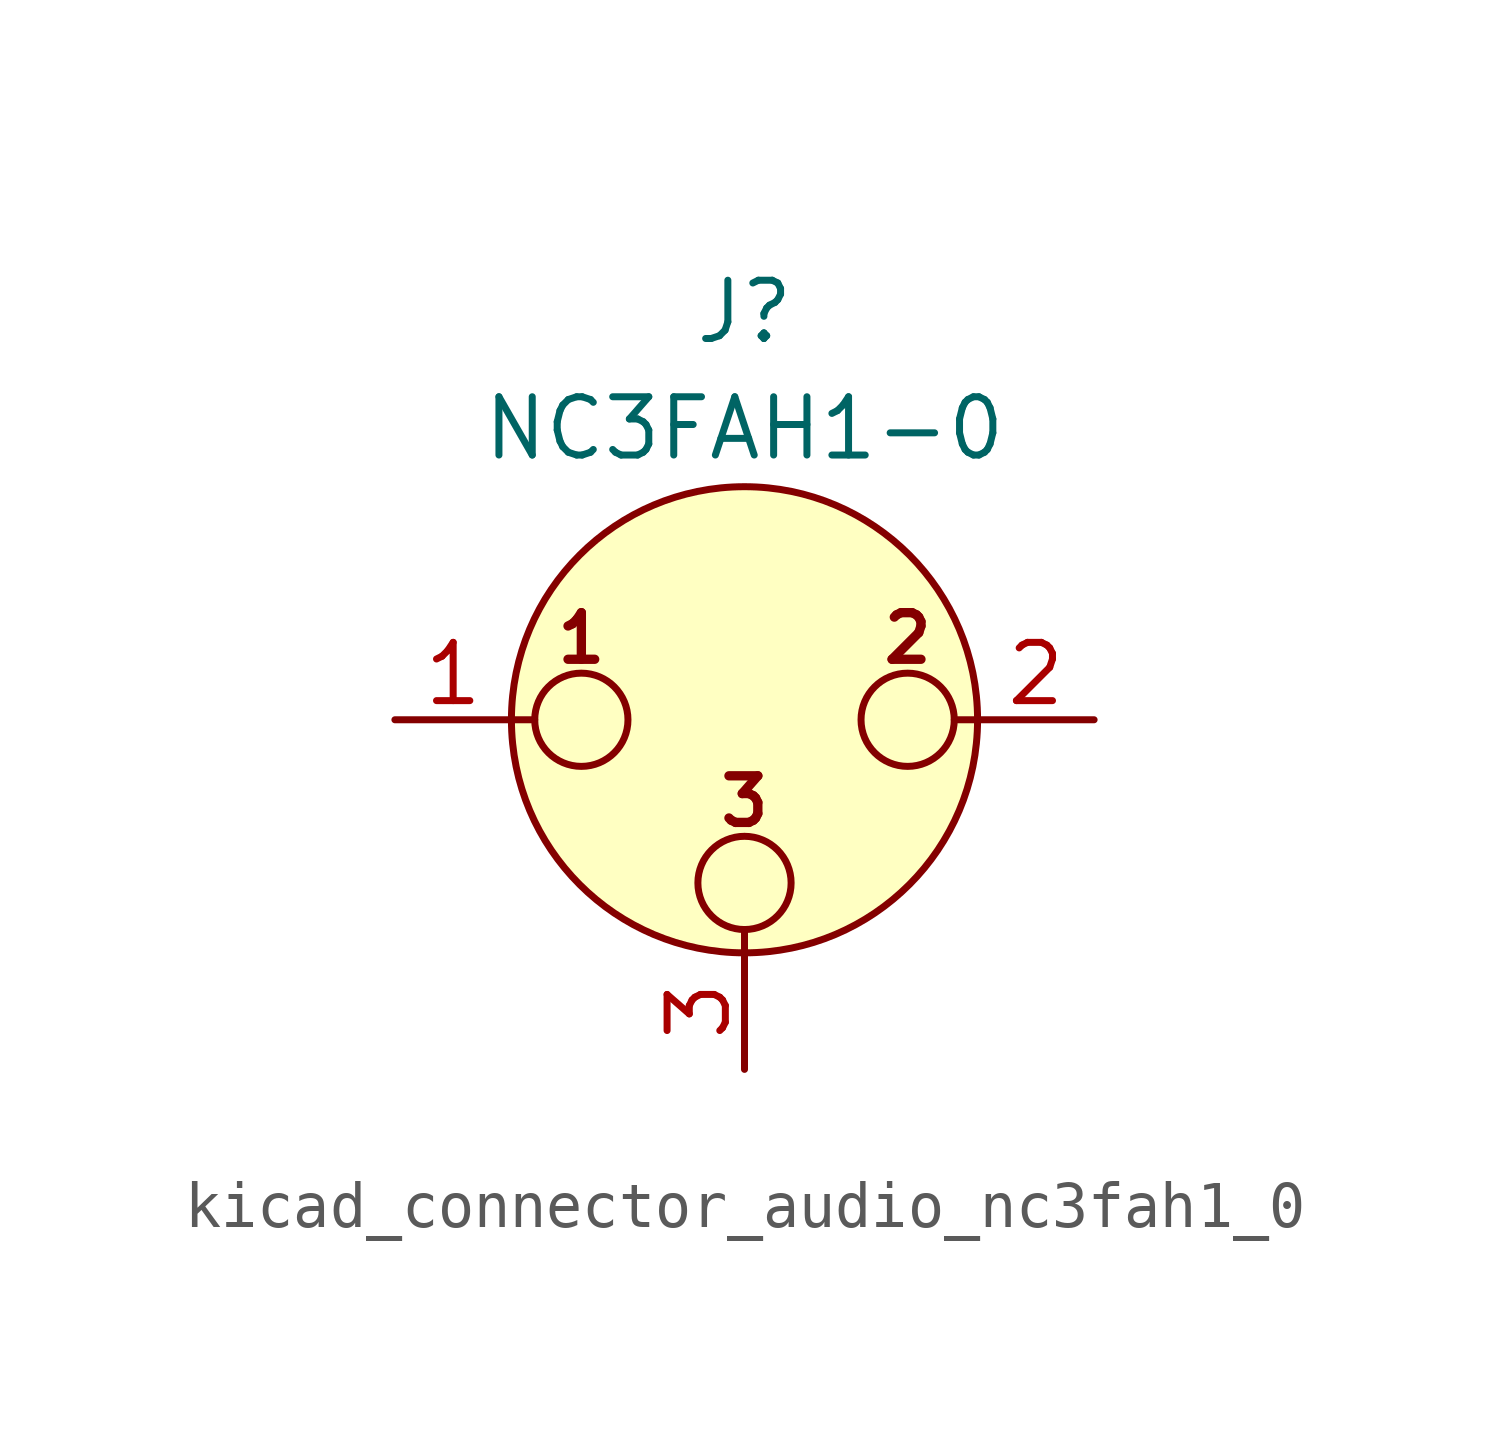
<source format=kicad_sym>
(kicad_symbol_lib
  (version 20220914)
  (generator kicad_symbol_editor)
  (symbol "kicad_connector_audio_nc3fah1_0"
    (pin_names hide)
    (property "Reference" "J"
      (at 0 8.89 0)
      (effects (font (size 1.27 1.27))))
    (property "Value" "NC3FAH1-0"
      (at 0 6.35 0)
      (effects (font (size 1.27 1.27))))
    (symbol "kicad_connector_audio_nc3fah1_0_0_1"
      (circle (center -3.556 0) (radius 1.016) (stroke (width 0) (type default)) (fill (type none)))
      (circle (center 0 -3.556) (radius 1.016) (stroke (width 0) (type default)) (fill (type none)))
      (polyline (pts (xy -5.08 0) (xy -4.572 0)) (stroke (width 0) (type default)) (fill (type none)))
      (polyline (pts (xy 0 -5.08) (xy 0 -4.572)) (stroke (width 0) (type default)) (fill (type none)))
      (polyline (pts (xy 5.08 0) (xy 4.572 0)) (stroke (width 0) (type default)) (fill (type none)))
      (circle (center 0 0) (radius 5.08) (stroke (width 0) (type default)) (fill (type background)))
      (circle (center 3.556 0) (radius 1.016) (stroke (width 0) (type default)) (fill (type none)))
      (text "1" (at -3.556 1.778 0) (effects (font (size 1.016 1.016) bold)))
      (text "2" (at 3.556 1.778 0) (effects (font (size 1.016 1.016) bold)))
      (text "3" (at 0 -1.778 0) (effects (font (size 1.016 1.016) bold)))
      (pin passive line (at -7.62 0 0) (length 2.54) (name "~" (effects (font (size 1.27 1.27)))) (number "1" (effects (font (size 1.27 1.27)))))
      (pin passive line (at 7.62 0 180) (length 2.54) (name "~" (effects (font (size 1.27 1.27)))) (number "2" (effects (font (size 1.27 1.27)))))
      (pin passive line (at 0 -7.62 90) (length 2.54) (name "~" (effects (font (size 1.27 1.27)))) (number "3" (effects (font (size 1.27 1.27))))))))
</source>
